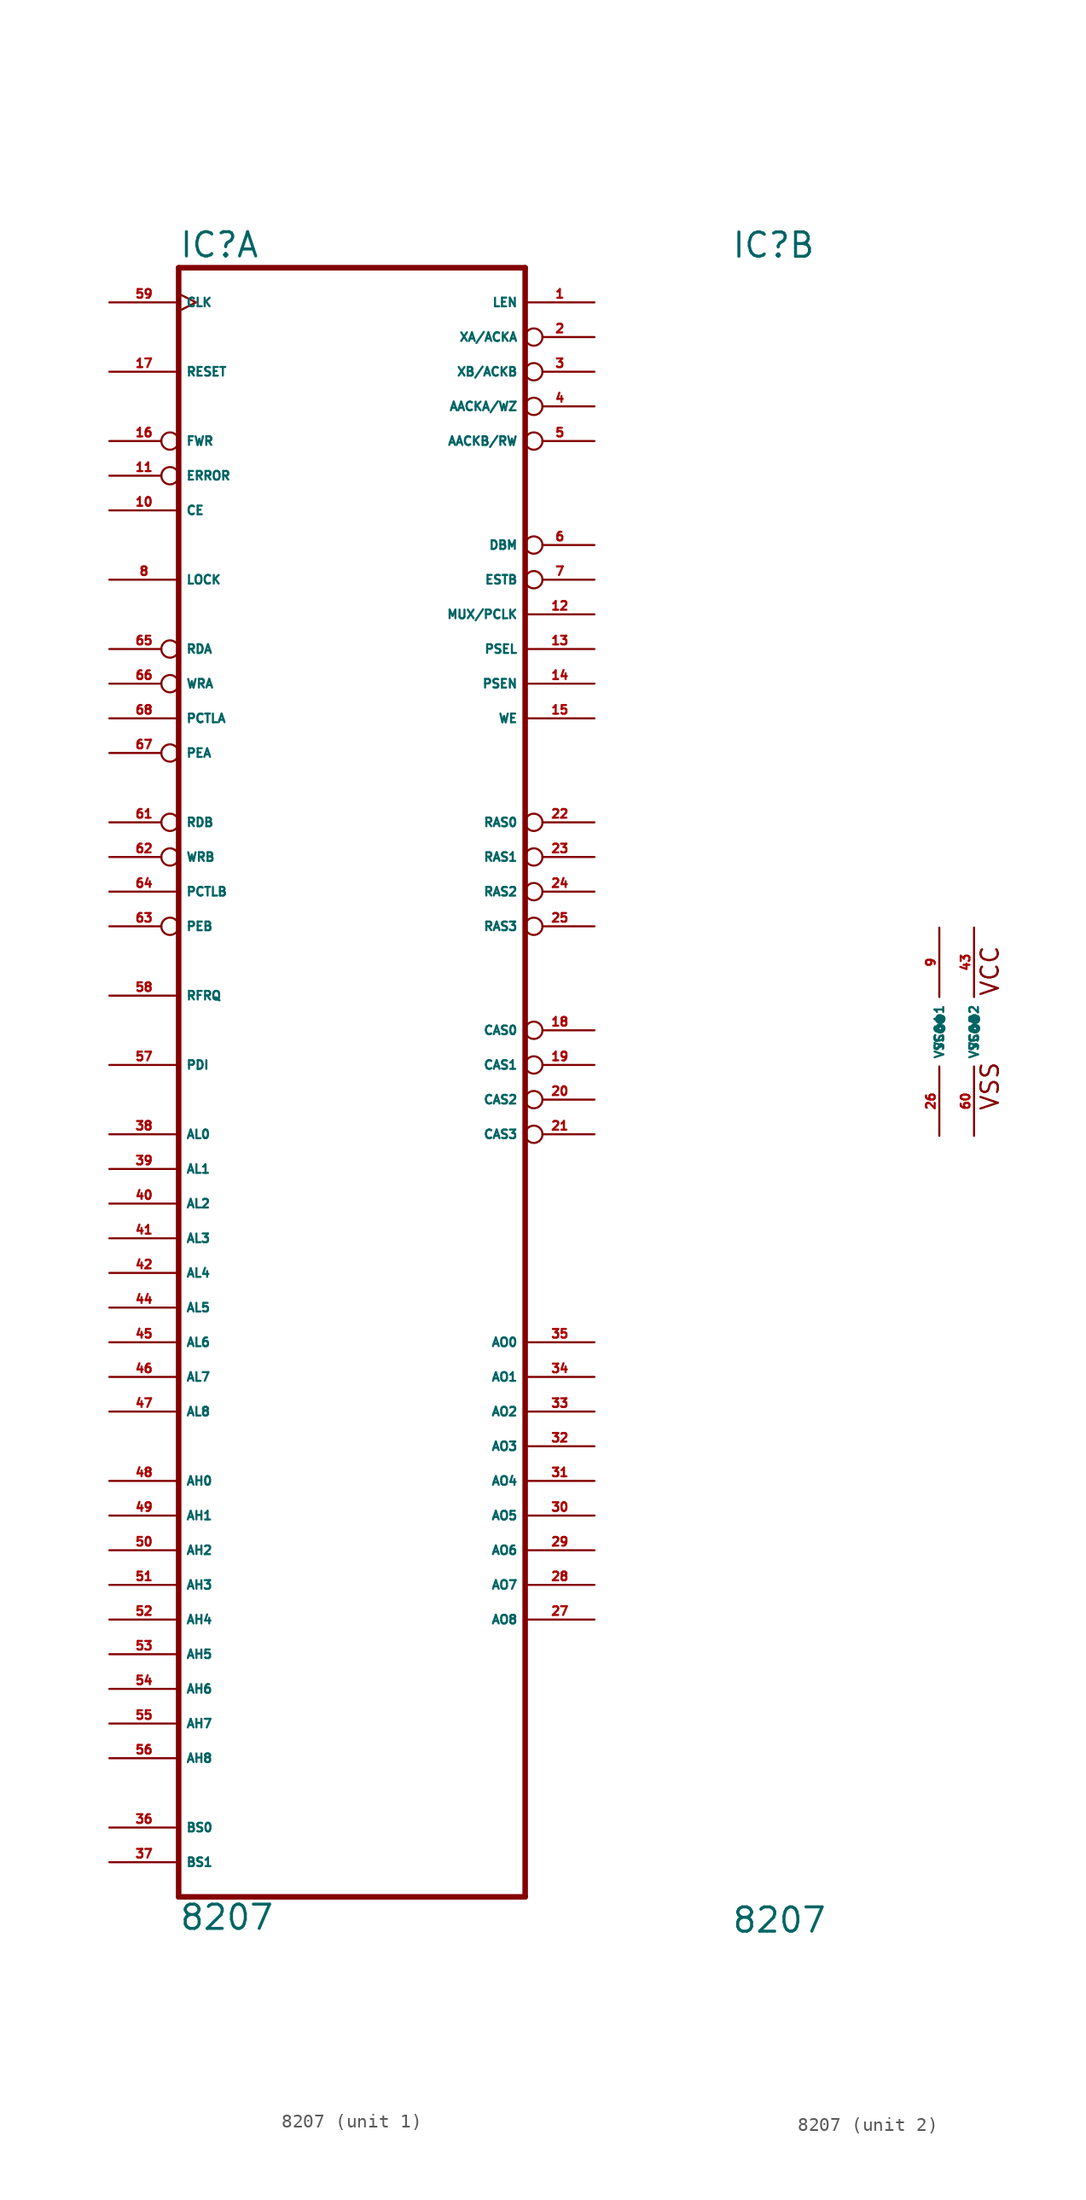
<source format=kicad_sym>
(kicad_symbol_lib
  (version 20220914)
  (generator Eagle2Kicad)
  (symbol "8207"
    (property "Reference" "IC"
      (at -15.24 56.515 0)
      (effects (font (size 1.778 1.778) (thickness 0.22)) (justify left bottom)))
    (property "Value" "8207"
      (at -15.24 -66.04 0)
      (effects (font (size 1.778 1.778) (thickness 0.22)) (justify left bottom)))
    (symbol "8207_1_0"
      (polyline (pts (xy -15.24 -63.5) (xy 10.16 -63.5)) (stroke (width 0.406) (type default)) (fill (type none)))
      (polyline (pts (xy 10.16 -63.5) (xy 10.16 55.88)) (stroke (width 0.406) (type default)) (fill (type none)))
      (polyline (pts (xy 10.16 55.88) (xy -15.24 55.88)) (stroke (width 0.406) (type default)) (fill (type none)))
      (polyline (pts (xy -15.24 55.88) (xy -15.24 -63.5)) (stroke (width 0.406) (type default)) (fill (type none)))
      (pin output line (at 15.24 53.34 180) (length 5.08) (name "LEN" (effects (font (size 0.635 0.635) (thickness 0.08)) (justify left bottom))) (number "1" (effects (font (size 0.635 0.635) (thickness 0.08)) (justify left bottom))))
      (pin output inverted (at 15.24 50.8 180) (length 5.08) (name "XA/ACKA" (effects (font (size 0.635 0.635) (thickness 0.08)) (justify left bottom))) (number "2" (effects (font (size 0.635 0.635) (thickness 0.08)) (justify left bottom))))
      (pin output inverted (at 15.24 48.26 180) (length 5.08) (name "XB/ACKB" (effects (font (size 0.635 0.635) (thickness 0.08)) (justify left bottom))) (number "3" (effects (font (size 0.635 0.635) (thickness 0.08)) (justify left bottom))))
      (pin output inverted (at 15.24 45.72 180) (length 5.08) (name "AACKA/WZ" (effects (font (size 0.635 0.635) (thickness 0.08)) (justify left bottom))) (number "4" (effects (font (size 0.635 0.635) (thickness 0.08)) (justify left bottom))))
      (pin output inverted (at 15.24 43.18 180) (length 5.08) (name "AACKB/RW" (effects (font (size 0.635 0.635) (thickness 0.08)) (justify left bottom))) (number "5" (effects (font (size 0.635 0.635) (thickness 0.08)) (justify left bottom))))
      (pin output inverted (at 15.24 35.56 180) (length 5.08) (name "DBM" (effects (font (size 0.635 0.635) (thickness 0.08)) (justify left bottom))) (number "6" (effects (font (size 0.635 0.635) (thickness 0.08)) (justify left bottom))))
      (pin output inverted (at 15.24 33.02 180) (length 5.08) (name "ESTB" (effects (font (size 0.635 0.635) (thickness 0.08)) (justify left bottom))) (number "7" (effects (font (size 0.635 0.635) (thickness 0.08)) (justify left bottom))))
      (pin input line (at -20.32 33.02 0) (length 5.08) (name "LOCK" (effects (font (size 0.635 0.635) (thickness 0.08)) (justify left bottom))) (number "8" (effects (font (size 0.635 0.635) (thickness 0.08)) (justify left bottom))))
      (pin input line (at -20.32 38.1 0) (length 5.08) (name "CE" (effects (font (size 0.635 0.635) (thickness 0.08)) (justify left bottom))) (number "10" (effects (font (size 0.635 0.635) (thickness 0.08)) (justify left bottom))))
      (pin input inverted (at -20.32 40.64 0) (length 5.08) (name "ERROR" (effects (font (size 0.635 0.635) (thickness 0.08)) (justify left bottom))) (number "11" (effects (font (size 0.635 0.635) (thickness 0.08)) (justify left bottom))))
      (pin output line (at 15.24 30.48 180) (length 5.08) (name "MUX/PCLK" (effects (font (size 0.635 0.635) (thickness 0.08)) (justify left bottom))) (number "12" (effects (font (size 0.635 0.635) (thickness 0.08)) (justify left bottom))))
      (pin output line (at 15.24 27.94 180) (length 5.08) (name "PSEL" (effects (font (size 0.635 0.635) (thickness 0.08)) (justify left bottom))) (number "13" (effects (font (size 0.635 0.635) (thickness 0.08)) (justify left bottom))))
      (pin output line (at 15.24 25.4 180) (length 5.08) (name "PSEN" (effects (font (size 0.635 0.635) (thickness 0.08)) (justify left bottom))) (number "14" (effects (font (size 0.635 0.635) (thickness 0.08)) (justify left bottom))))
      (pin output line (at 15.24 22.86 180) (length 5.08) (name "WE" (effects (font (size 0.635 0.635) (thickness 0.08)) (justify left bottom))) (number "15" (effects (font (size 0.635 0.635) (thickness 0.08)) (justify left bottom))))
      (pin input inverted (at -20.32 43.18 0) (length 5.08) (name "FWR" (effects (font (size 0.635 0.635) (thickness 0.08)) (justify left bottom))) (number "16" (effects (font (size 0.635 0.635) (thickness 0.08)) (justify left bottom))))
      (pin input line (at -20.32 48.26 0) (length 5.08) (name "RESET" (effects (font (size 0.635 0.635) (thickness 0.08)) (justify left bottom))) (number "17" (effects (font (size 0.635 0.635) (thickness 0.08)) (justify left bottom))))
      (pin output inverted (at 15.24 0 180) (length 5.08) (name "CAS0" (effects (font (size 0.635 0.635) (thickness 0.08)) (justify left bottom))) (number "18" (effects (font (size 0.635 0.635) (thickness 0.08)) (justify left bottom))))
      (pin output inverted (at 15.24 -2.54 180) (length 5.08) (name "CAS1" (effects (font (size 0.635 0.635) (thickness 0.08)) (justify left bottom))) (number "19" (effects (font (size 0.635 0.635) (thickness 0.08)) (justify left bottom))))
      (pin output inverted (at 15.24 -5.08 180) (length 5.08) (name "CAS2" (effects (font (size 0.635 0.635) (thickness 0.08)) (justify left bottom))) (number "20" (effects (font (size 0.635 0.635) (thickness 0.08)) (justify left bottom))))
      (pin output inverted (at 15.24 -7.62 180) (length 5.08) (name "CAS3" (effects (font (size 0.635 0.635) (thickness 0.08)) (justify left bottom))) (number "21" (effects (font (size 0.635 0.635) (thickness 0.08)) (justify left bottom))))
      (pin output inverted (at 15.24 15.24 180) (length 5.08) (name "RAS0" (effects (font (size 0.635 0.635) (thickness 0.08)) (justify left bottom))) (number "22" (effects (font (size 0.635 0.635) (thickness 0.08)) (justify left bottom))))
      (pin output inverted (at 15.24 12.7 180) (length 5.08) (name "RAS1" (effects (font (size 0.635 0.635) (thickness 0.08)) (justify left bottom))) (number "23" (effects (font (size 0.635 0.635) (thickness 0.08)) (justify left bottom))))
      (pin output inverted (at 15.24 10.16 180) (length 5.08) (name "RAS2" (effects (font (size 0.635 0.635) (thickness 0.08)) (justify left bottom))) (number "24" (effects (font (size 0.635 0.635) (thickness 0.08)) (justify left bottom))))
      (pin output inverted (at 15.24 7.62 180) (length 5.08) (name "RAS3" (effects (font (size 0.635 0.635) (thickness 0.08)) (justify left bottom))) (number "25" (effects (font (size 0.635 0.635) (thickness 0.08)) (justify left bottom))))
      (pin output line (at 15.24 -43.18 180) (length 5.08) (name "AO8" (effects (font (size 0.635 0.635) (thickness 0.08)) (justify left bottom))) (number "27" (effects (font (size 0.635 0.635) (thickness 0.08)) (justify left bottom))))
      (pin output line (at 15.24 -40.64 180) (length 5.08) (name "AO7" (effects (font (size 0.635 0.635) (thickness 0.08)) (justify left bottom))) (number "28" (effects (font (size 0.635 0.635) (thickness 0.08)) (justify left bottom))))
      (pin output line (at 15.24 -38.1 180) (length 5.08) (name "AO6" (effects (font (size 0.635 0.635) (thickness 0.08)) (justify left bottom))) (number "29" (effects (font (size 0.635 0.635) (thickness 0.08)) (justify left bottom))))
      (pin output line (at 15.24 -35.56 180) (length 5.08) (name "AO5" (effects (font (size 0.635 0.635) (thickness 0.08)) (justify left bottom))) (number "30" (effects (font (size 0.635 0.635) (thickness 0.08)) (justify left bottom))))
      (pin output line (at 15.24 -33.02 180) (length 5.08) (name "AO4" (effects (font (size 0.635 0.635) (thickness 0.08)) (justify left bottom))) (number "31" (effects (font (size 0.635 0.635) (thickness 0.08)) (justify left bottom))))
      (pin output line (at 15.24 -30.48 180) (length 5.08) (name "AO3" (effects (font (size 0.635 0.635) (thickness 0.08)) (justify left bottom))) (number "32" (effects (font (size 0.635 0.635) (thickness 0.08)) (justify left bottom))))
      (pin output line (at 15.24 -27.94 180) (length 5.08) (name "AO2" (effects (font (size 0.635 0.635) (thickness 0.08)) (justify left bottom))) (number "33" (effects (font (size 0.635 0.635) (thickness 0.08)) (justify left bottom))))
      (pin output line (at 15.24 -25.4 180) (length 5.08) (name "AO1" (effects (font (size 0.635 0.635) (thickness 0.08)) (justify left bottom))) (number "34" (effects (font (size 0.635 0.635) (thickness 0.08)) (justify left bottom))))
      (pin output line (at 15.24 -22.86 180) (length 5.08) (name "AO0" (effects (font (size 0.635 0.635) (thickness 0.08)) (justify left bottom))) (number "35" (effects (font (size 0.635 0.635) (thickness 0.08)) (justify left bottom))))
      (pin input line (at -20.32 -58.42 0) (length 5.08) (name "BS0" (effects (font (size 0.635 0.635) (thickness 0.08)) (justify left bottom))) (number "36" (effects (font (size 0.635 0.635) (thickness 0.08)) (justify left bottom))))
      (pin input line (at -20.32 -60.96 0) (length 5.08) (name "BS1" (effects (font (size 0.635 0.635) (thickness 0.08)) (justify left bottom))) (number "37" (effects (font (size 0.635 0.635) (thickness 0.08)) (justify left bottom))))
      (pin input line (at -20.32 -7.62 0) (length 5.08) (name "AL0" (effects (font (size 0.635 0.635) (thickness 0.08)) (justify left bottom))) (number "38" (effects (font (size 0.635 0.635) (thickness 0.08)) (justify left bottom))))
      (pin input line (at -20.32 -10.16 0) (length 5.08) (name "AL1" (effects (font (size 0.635 0.635) (thickness 0.08)) (justify left bottom))) (number "39" (effects (font (size 0.635 0.635) (thickness 0.08)) (justify left bottom))))
      (pin input line (at -20.32 -12.7 0) (length 5.08) (name "AL2" (effects (font (size 0.635 0.635) (thickness 0.08)) (justify left bottom))) (number "40" (effects (font (size 0.635 0.635) (thickness 0.08)) (justify left bottom))))
      (pin input line (at -20.32 -15.24 0) (length 5.08) (name "AL3" (effects (font (size 0.635 0.635) (thickness 0.08)) (justify left bottom))) (number "41" (effects (font (size 0.635 0.635) (thickness 0.08)) (justify left bottom))))
      (pin input line (at -20.32 -17.78 0) (length 5.08) (name "AL4" (effects (font (size 0.635 0.635) (thickness 0.08)) (justify left bottom))) (number "42" (effects (font (size 0.635 0.635) (thickness 0.08)) (justify left bottom))))
      (pin input line (at -20.32 -20.32 0) (length 5.08) (name "AL5" (effects (font (size 0.635 0.635) (thickness 0.08)) (justify left bottom))) (number "44" (effects (font (size 0.635 0.635) (thickness 0.08)) (justify left bottom))))
      (pin input line (at -20.32 -22.86 0) (length 5.08) (name "AL6" (effects (font (size 0.635 0.635) (thickness 0.08)) (justify left bottom))) (number "45" (effects (font (size 0.635 0.635) (thickness 0.08)) (justify left bottom))))
      (pin input line (at -20.32 -25.4 0) (length 5.08) (name "AL7" (effects (font (size 0.635 0.635) (thickness 0.08)) (justify left bottom))) (number "46" (effects (font (size 0.635 0.635) (thickness 0.08)) (justify left bottom))))
      (pin input line (at -20.32 -27.94 0) (length 5.08) (name "AL8" (effects (font (size 0.635 0.635) (thickness 0.08)) (justify left bottom))) (number "47" (effects (font (size 0.635 0.635) (thickness 0.08)) (justify left bottom))))
      (pin input line (at -20.32 -33.02 0) (length 5.08) (name "AH0" (effects (font (size 0.635 0.635) (thickness 0.08)) (justify left bottom))) (number "48" (effects (font (size 0.635 0.635) (thickness 0.08)) (justify left bottom))))
      (pin input line (at -20.32 -35.56 0) (length 5.08) (name "AH1" (effects (font (size 0.635 0.635) (thickness 0.08)) (justify left bottom))) (number "49" (effects (font (size 0.635 0.635) (thickness 0.08)) (justify left bottom))))
      (pin input line (at -20.32 -38.1 0) (length 5.08) (name "AH2" (effects (font (size 0.635 0.635) (thickness 0.08)) (justify left bottom))) (number "50" (effects (font (size 0.635 0.635) (thickness 0.08)) (justify left bottom))))
      (pin input line (at -20.32 -40.64 0) (length 5.08) (name "AH3" (effects (font (size 0.635 0.635) (thickness 0.08)) (justify left bottom))) (number "51" (effects (font (size 0.635 0.635) (thickness 0.08)) (justify left bottom))))
      (pin input line (at -20.32 -43.18 0) (length 5.08) (name "AH4" (effects (font (size 0.635 0.635) (thickness 0.08)) (justify left bottom))) (number "52" (effects (font (size 0.635 0.635) (thickness 0.08)) (justify left bottom))))
      (pin input line (at -20.32 -45.72 0) (length 5.08) (name "AH5" (effects (font (size 0.635 0.635) (thickness 0.08)) (justify left bottom))) (number "53" (effects (font (size 0.635 0.635) (thickness 0.08)) (justify left bottom))))
      (pin input line (at -20.32 -48.26 0) (length 5.08) (name "AH6" (effects (font (size 0.635 0.635) (thickness 0.08)) (justify left bottom))) (number "54" (effects (font (size 0.635 0.635) (thickness 0.08)) (justify left bottom))))
      (pin input line (at -20.32 -50.8 0) (length 5.08) (name "AH7" (effects (font (size 0.635 0.635) (thickness 0.08)) (justify left bottom))) (number "55" (effects (font (size 0.635 0.635) (thickness 0.08)) (justify left bottom))))
      (pin input line (at -20.32 -53.34 0) (length 5.08) (name "AH8" (effects (font (size 0.635 0.635) (thickness 0.08)) (justify left bottom))) (number "56" (effects (font (size 0.635 0.635) (thickness 0.08)) (justify left bottom))))
      (pin input line (at -20.32 -2.54 0) (length 5.08) (name "PDI" (effects (font (size 0.635 0.635) (thickness 0.08)) (justify left bottom))) (number "57" (effects (font (size 0.635 0.635) (thickness 0.08)) (justify left bottom))))
      (pin input line (at -20.32 2.54 0) (length 5.08) (name "RFRQ" (effects (font (size 0.635 0.635) (thickness 0.08)) (justify left bottom))) (number "58" (effects (font (size 0.635 0.635) (thickness 0.08)) (justify left bottom))))
      (pin input clock (at -20.32 53.34 0) (length 5.08) (name "CLK" (effects (font (size 0.635 0.635) (thickness 0.08)) (justify left bottom))) (number "59" (effects (font (size 0.635 0.635) (thickness 0.08)) (justify left bottom))))
      (pin input inverted (at -20.32 15.24 0) (length 5.08) (name "RDB" (effects (font (size 0.635 0.635) (thickness 0.08)) (justify left bottom))) (number "61" (effects (font (size 0.635 0.635) (thickness 0.08)) (justify left bottom))))
      (pin input inverted (at -20.32 12.7 0) (length 5.08) (name "WRB" (effects (font (size 0.635 0.635) (thickness 0.08)) (justify left bottom))) (number "62" (effects (font (size 0.635 0.635) (thickness 0.08)) (justify left bottom))))
      (pin input inverted (at -20.32 7.62 0) (length 5.08) (name "PEB" (effects (font (size 0.635 0.635) (thickness 0.08)) (justify left bottom))) (number "63" (effects (font (size 0.635 0.635) (thickness 0.08)) (justify left bottom))))
      (pin input line (at -20.32 10.16 0) (length 5.08) (name "PCTLB" (effects (font (size 0.635 0.635) (thickness 0.08)) (justify left bottom))) (number "64" (effects (font (size 0.635 0.635) (thickness 0.08)) (justify left bottom))))
      (pin input inverted (at -20.32 27.94 0) (length 5.08) (name "RDA" (effects (font (size 0.635 0.635) (thickness 0.08)) (justify left bottom))) (number "65" (effects (font (size 0.635 0.635) (thickness 0.08)) (justify left bottom))))
      (pin input inverted (at -20.32 25.4 0) (length 5.08) (name "WRA" (effects (font (size 0.635 0.635) (thickness 0.08)) (justify left bottom))) (number "66" (effects (font (size 0.635 0.635) (thickness 0.08)) (justify left bottom))))
      (pin input inverted (at -20.32 20.32 0) (length 5.08) (name "PEA" (effects (font (size 0.635 0.635) (thickness 0.08)) (justify left bottom))) (number "67" (effects (font (size 0.635 0.635) (thickness 0.08)) (justify left bottom))))
      (pin input line (at -20.32 22.86 0) (length 5.08) (name "PCTLA" (effects (font (size 0.635 0.635) (thickness 0.08)) (justify left bottom))) (number "68" (effects (font (size 0.635 0.635) (thickness 0.08)) (justify left bottom)))))
    (symbol "8207_2_0"
      (text "VCC" (at 4.445 2.54 900) (effects (font (size 1.27 1.27) (thickness 0.16)) (justify left bottom)))
      (text "VSS" (at 4.445 -5.842 900) (effects (font (size 1.27 1.27) (thickness 0.16)) (justify left bottom)))
      (pin unspecified line (at 0 -7.62 90) (length 5.08) (name "VSS@1" (effects (font (size 0.635 0.635) (thickness 0.08)) (justify left bottom))) (number "26" (effects (font (size 0.635 0.635) (thickness 0.08)) (justify left bottom))))
      (pin unspecified line (at 2.54 -7.62 90) (length 5.08) (name "VSS@2" (effects (font (size 0.635 0.635) (thickness 0.08)) (justify left bottom))) (number "60" (effects (font (size 0.635 0.635) (thickness 0.08)) (justify left bottom))))
      (pin unspecified line (at 0 7.62 270) (length 5.08) (name "VCC@1" (effects (font (size 0.635 0.635) (thickness 0.08)) (justify left bottom))) (number "9" (effects (font (size 0.635 0.635) (thickness 0.08)) (justify left bottom))))
      (pin unspecified line (at 2.54 7.62 270) (length 5.08) (name "VCC@2" (effects (font (size 0.635 0.635) (thickness 0.08)) (justify left bottom))) (number "43" (effects (font (size 0.635 0.635) (thickness 0.08)) (justify left bottom)))))))
</source>
